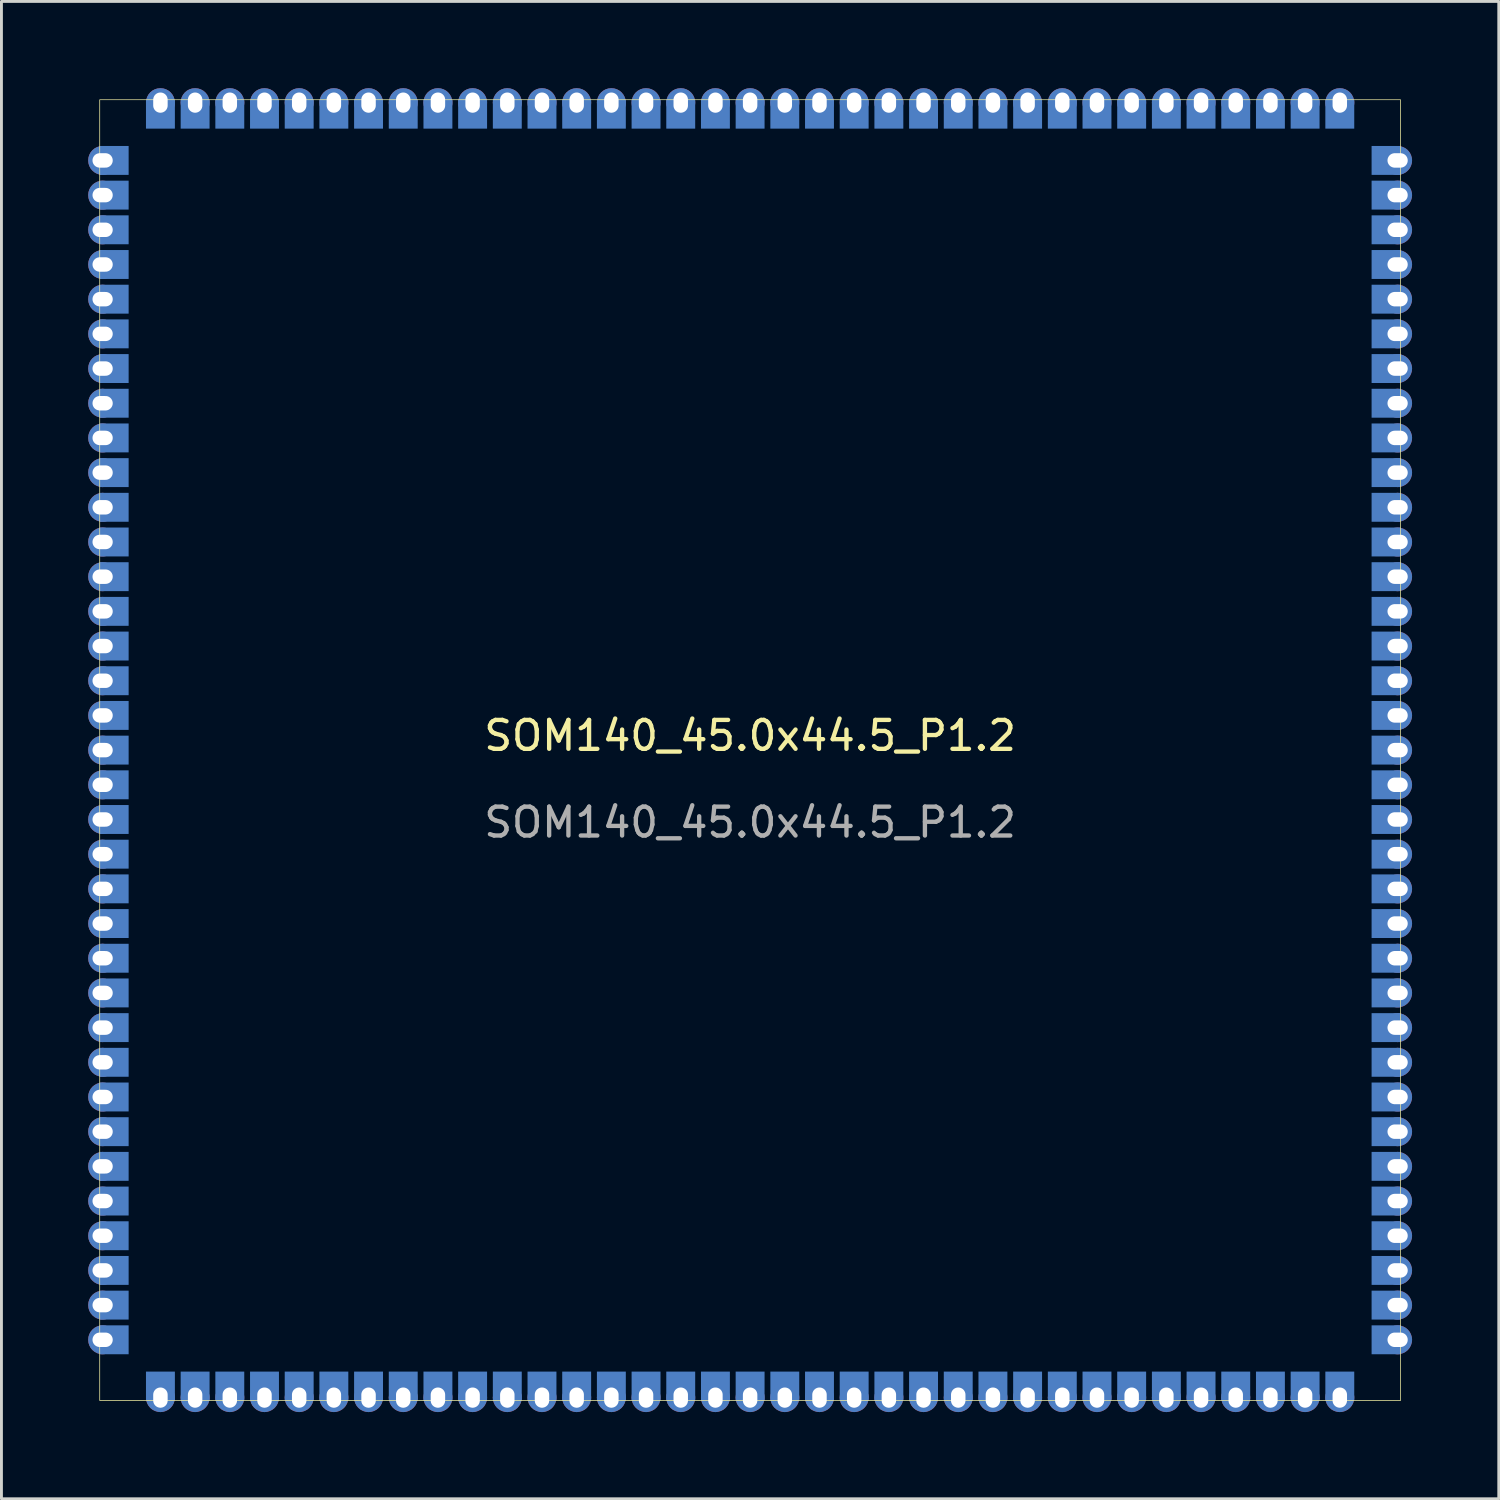
<source format=kicad_pcb>
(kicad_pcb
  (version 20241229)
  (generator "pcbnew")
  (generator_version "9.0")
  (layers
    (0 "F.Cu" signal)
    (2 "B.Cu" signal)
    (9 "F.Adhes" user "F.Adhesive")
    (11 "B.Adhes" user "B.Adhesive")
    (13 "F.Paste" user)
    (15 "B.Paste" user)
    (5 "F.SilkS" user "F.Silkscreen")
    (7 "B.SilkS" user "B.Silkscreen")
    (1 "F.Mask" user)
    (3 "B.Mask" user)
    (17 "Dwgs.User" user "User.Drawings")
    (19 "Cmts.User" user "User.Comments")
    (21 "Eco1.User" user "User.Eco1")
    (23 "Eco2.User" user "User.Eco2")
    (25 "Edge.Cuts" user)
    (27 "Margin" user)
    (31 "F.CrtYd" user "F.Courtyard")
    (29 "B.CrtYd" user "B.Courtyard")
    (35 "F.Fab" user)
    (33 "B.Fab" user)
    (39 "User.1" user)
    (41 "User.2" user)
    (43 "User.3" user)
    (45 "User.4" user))
  (footprint "SOM140_45.0x44.5_P1.2"
    (layer "F.Cu")
    (at 22.9 22.9)
    (property "Reference" "SOM140_45.0x44.5_P1.2" (at 0 -0.5 0) (unlocked yes) (layer "F.SilkS") (effects (font (size 1 1) (thickness 0.15))))
    (attr smd)
    (fp_rect (start -22.5 -22.5) (end 22.5 22.5) (stroke (width 0.025) (type solid)) (fill no) (layer "F.SilkS"))
    (fp_text user "${REFERENCE}" (at 0 2.5 0) (unlocked yes) (layer "F.Fab") (effects (font (size 1 1) (thickness 0.15))))
    (pad "1" thru_hole circle (at -22.4 -20.4) (size 1 1) (drill oval 0.7 0.5) (layers "*.Cu" "*.Mask"))
    (pad "1" smd rect (at -22 -20.4) (size 1 1) (layers "B.Cu" "B.Mask"))
    (pad "2" thru_hole circle (at -22.4 -19.2) (size 1 1) (drill oval 0.7 0.5) (layers "*.Cu" "*.Mask"))
    (pad "2" smd rect (at -22 -19.2) (size 1 1) (layers "B.Cu" "B.Mask"))
    (pad "3" thru_hole circle (at -22.4 -18) (size 1 1) (drill oval 0.7 0.5) (layers "*.Cu" "*.Mask"))
    (pad "3" smd rect (at -22 -18) (size 1 1) (layers "B.Cu" "B.Mask"))
    (pad "4" thru_hole circle (at -22.4 -16.8) (size 1 1) (drill oval 0.7 0.5) (layers "*.Cu" "*.Mask"))
    (pad "4" smd rect (at -22 -16.8) (size 1 1) (layers "B.Cu" "B.Mask"))
    (pad "5" thru_hole circle (at -22.4 -15.6) (size 1 1) (drill oval 0.7 0.5) (layers "*.Cu" "*.Mask"))
    (pad "5" smd rect (at -22 -15.6) (size 1 1) (layers "B.Cu" "B.Mask"))
    (pad "6" thru_hole circle (at -22.4 -14.4) (size 1 1) (drill oval 0.7 0.5) (layers "*.Cu" "*.Mask"))
    (pad "6" smd rect (at -22 -14.4) (size 1 1) (layers "B.Cu" "B.Mask"))
    (pad "7" thru_hole circle (at -22.4 -13.2) (size 1 1) (drill oval 0.7 0.5) (layers "*.Cu" "*.Mask"))
    (pad "7" smd rect (at -22 -13.2) (size 1 1) (layers "B.Cu" "B.Mask"))
    (pad "8" thru_hole circle (at -22.4 -12) (size 1 1) (drill oval 0.7 0.5) (layers "*.Cu" "*.Mask"))
    (pad "8" smd rect (at -22 -12) (size 1 1) (layers "B.Cu" "B.Mask"))
    (pad "9" thru_hole circle (at -22.4 -10.8) (size 1 1) (drill oval 0.7 0.5) (layers "*.Cu" "*.Mask"))
    (pad "9" smd rect (at -22 -10.8) (size 1 1) (layers "B.Cu" "B.Mask"))
    (pad "10" thru_hole circle (at -22.4 -9.6) (size 1 1) (drill oval 0.7 0.5) (layers "*.Cu" "*.Mask"))
    (pad "10" smd rect (at -22 -9.6) (size 1 1) (layers "B.Cu" "B.Mask"))
    (pad "11" thru_hole circle (at -22.4 -8.4) (size 1 1) (drill oval 0.7 0.5) (layers "*.Cu" "*.Mask"))
    (pad "11" smd rect (at -22 -8.4) (size 1 1) (layers "B.Cu" "B.Mask"))
    (pad "12" thru_hole circle (at -22.4 -7.2) (size 1 1) (drill oval 0.7 0.5) (layers "*.Cu" "*.Mask"))
    (pad "12" smd rect (at -22 -7.2) (size 1 1) (layers "B.Cu" "B.Mask"))
    (pad "13" thru_hole circle (at -22.4 -6) (size 1 1) (drill oval 0.7 0.5) (layers "*.Cu" "*.Mask"))
    (pad "13" smd rect (at -22 -6) (size 1 1) (layers "B.Cu" "B.Mask"))
    (pad "14" thru_hole circle (at -22.4 -4.8) (size 1 1) (drill oval 0.7 0.5) (layers "*.Cu" "*.Mask"))
    (pad "14" smd rect (at -22 -4.8) (size 1 1) (layers "B.Cu" "B.Mask"))
    (pad "15" thru_hole circle (at -22.4 -3.6) (size 1 1) (drill oval 0.7 0.5) (layers "*.Cu" "*.Mask"))
    (pad "15" smd rect (at -22 -3.6) (size 1 1) (layers "B.Cu" "B.Mask"))
    (pad "16" thru_hole circle (at -22.4 -2.4) (size 1 1) (drill oval 0.7 0.5) (layers "*.Cu" "*.Mask"))
    (pad "16" smd rect (at -22 -2.4) (size 1 1) (layers "B.Cu" "B.Mask"))
    (pad "17" thru_hole circle (at -22.4 -1.2) (size 1 1) (drill oval 0.7 0.5) (layers "*.Cu" "*.Mask"))
    (pad "17" smd rect (at -22 -1.2) (size 1 1) (layers "B.Cu" "B.Mask"))
    (pad "18" thru_hole circle (at -22.4 0) (size 1 1) (drill oval 0.7 0.5) (layers "*.Cu" "*.Mask"))
    (pad "18" smd rect (at -22 0) (size 1 1) (layers "B.Cu" "B.Mask"))
    (pad "19" thru_hole circle (at -22.4 1.2) (size 1 1) (drill oval 0.7 0.5) (layers "*.Cu" "*.Mask"))
    (pad "19" smd rect (at -22 1.2) (size 1 1) (layers "B.Cu" "B.Mask"))
    (pad "20" thru_hole circle (at -22.4 2.4) (size 1 1) (drill oval 0.7 0.5) (layers "*.Cu" "*.Mask"))
    (pad "20" smd rect (at -22 2.4) (size 1 1) (layers "B.Cu" "B.Mask"))
    (pad "21" thru_hole circle (at -22.4 3.6) (size 1 1) (drill oval 0.7 0.5) (layers "*.Cu" "*.Mask"))
    (pad "21" smd rect (at -22 3.6) (size 1 1) (layers "B.Cu" "B.Mask"))
    (pad "22" thru_hole circle (at -22.4 4.8) (size 1 1) (drill oval 0.7 0.5) (layers "*.Cu" "*.Mask"))
    (pad "22" smd rect (at -22 4.8) (size 1 1) (layers "B.Cu" "B.Mask"))
    (pad "23" thru_hole circle (at -22.4 6) (size 1 1) (drill oval 0.7 0.5) (layers "*.Cu" "*.Mask"))
    (pad "23" smd rect (at -22 6) (size 1 1) (layers "B.Cu" "B.Mask"))
    (pad "24" thru_hole circle (at -22.4 7.2) (size 1 1) (drill oval 0.7 0.5) (layers "*.Cu" "*.Mask"))
    (pad "24" smd rect (at -22 7.2) (size 1 1) (layers "B.Cu" "B.Mask"))
    (pad "25" thru_hole circle (at -22.4 8.4) (size 1 1) (drill oval 0.7 0.5) (layers "*.Cu" "*.Mask"))
    (pad "25" smd rect (at -22 8.4) (size 1 1) (layers "B.Cu" "B.Mask"))
    (pad "26" thru_hole circle (at -22.4 9.6) (size 1 1) (drill oval 0.7 0.5) (layers "*.Cu" "*.Mask"))
    (pad "26" smd rect (at -22 9.6) (size 1 1) (layers "B.Cu" "B.Mask"))
    (pad "27" thru_hole circle (at -22.4 10.8) (size 1 1) (drill oval 0.7 0.5) (layers "*.Cu" "*.Mask"))
    (pad "27" smd rect (at -22 10.8) (size 1 1) (layers "B.Cu" "B.Mask"))
    (pad "28" thru_hole circle (at -22.4 12) (size 1 1) (drill oval 0.7 0.5) (layers "*.Cu" "*.Mask"))
    (pad "28" smd rect (at -22 12) (size 1 1) (layers "B.Cu" "B.Mask"))
    (pad "29" thru_hole circle (at -22.4 13.2) (size 1 1) (drill oval 0.7 0.5) (layers "*.Cu" "*.Mask"))
    (pad "29" smd rect (at -22 13.2) (size 1 1) (layers "B.Cu" "B.Mask"))
    (pad "30" thru_hole circle (at -22.4 14.4) (size 1 1) (drill oval 0.7 0.5) (layers "*.Cu" "*.Mask"))
    (pad "30" smd rect (at -22 14.4) (size 1 1) (layers "B.Cu" "B.Mask"))
    (pad "31" thru_hole circle (at -22.4 15.6) (size 1 1) (drill oval 0.7 0.5) (layers "*.Cu" "*.Mask"))
    (pad "31" smd rect (at -22 15.6) (size 1 1) (layers "B.Cu" "B.Mask"))
    (pad "32" thru_hole circle (at -22.4 16.8) (size 1 1) (drill oval 0.7 0.5) (layers "*.Cu" "*.Mask"))
    (pad "32" smd rect (at -22 16.8) (size 1 1) (layers "B.Cu" "B.Mask"))
    (pad "33" thru_hole circle (at -22.4 18) (size 1 1) (drill oval 0.7 0.5) (layers "*.Cu" "*.Mask"))
    (pad "33" smd rect (at -22 18) (size 1 1) (layers "B.Cu" "B.Mask"))
    (pad "34" thru_hole circle (at -22.4 19.2) (size 1 1) (drill oval 0.7 0.5) (layers "*.Cu" "*.Mask"))
    (pad "34" smd rect (at -22 19.2) (size 1 1) (layers "B.Cu" "B.Mask"))
    (pad "35" thru_hole circle (at -22.4 20.4) (size 1 1) (drill oval 0.7 0.5) (layers "*.Cu" "*.Mask"))
    (pad "35" smd rect (at -22 20.4) (size 1 1) (layers "B.Cu" "B.Mask"))
    (pad "36" smd rect (at -20.4 22) (size 1 1) (layers "B.Cu" "B.Mask"))
    (pad "36" thru_hole circle (at -20.4 22.4 90) (size 1 1) (drill oval 0.7 0.5) (layers "*.Cu" "*.Mask"))
    (pad "37" smd rect (at -19.2 22) (size 1 1) (layers "B.Cu" "B.Mask"))
    (pad "37" thru_hole circle (at -19.2 22.4 90) (size 1 1) (drill oval 0.7 0.5) (layers "*.Cu" "*.Mask"))
    (pad "38" smd rect (at -18 22) (size 1 1) (layers "B.Cu" "B.Mask"))
    (pad "38" thru_hole circle (at -18 22.4 90) (size 1 1) (drill oval 0.7 0.5) (layers "*.Cu" "*.Mask"))
    (pad "39" smd rect (at -16.8 22) (size 1 1) (layers "B.Cu" "B.Mask"))
    (pad "39" thru_hole circle (at -16.8 22.4 90) (size 1 1) (drill oval 0.7 0.5) (layers "*.Cu" "*.Mask"))
    (pad "40" smd rect (at -15.6 22) (size 1 1) (layers "B.Cu" "B.Mask"))
    (pad "40" thru_hole circle (at -15.6 22.4 90) (size 1 1) (drill oval 0.7 0.5) (layers "*.Cu" "*.Mask"))
    (pad "41" smd rect (at -14.4 22) (size 1 1) (layers "B.Cu" "B.Mask"))
    (pad "41" thru_hole circle (at -14.4 22.4 90) (size 1 1) (drill oval 0.7 0.5) (layers "*.Cu" "*.Mask"))
    (pad "42" smd rect (at -13.2 22) (size 1 1) (layers "B.Cu" "B.Mask"))
    (pad "42" thru_hole circle (at -13.2 22.4 90) (size 1 1) (drill oval 0.7 0.5) (layers "*.Cu" "*.Mask"))
    (pad "43" smd rect (at -12 22) (size 1 1) (layers "B.Cu" "B.Mask"))
    (pad "43" thru_hole circle (at -12 22.4 90) (size 1 1) (drill oval 0.7 0.5) (layers "*.Cu" "*.Mask"))
    (pad "44" smd rect (at -10.8 22) (size 1 1) (layers "B.Cu" "B.Mask"))
    (pad "44" thru_hole circle (at -10.8 22.4 90) (size 1 1) (drill oval 0.7 0.5) (layers "*.Cu" "*.Mask"))
    (pad "45" smd rect (at -9.6 22) (size 1 1) (layers "B.Cu" "B.Mask"))
    (pad "45" thru_hole circle (at -9.6 22.4 90) (size 1 1) (drill oval 0.7 0.5) (layers "*.Cu" "*.Mask"))
    (pad "46" smd rect (at -8.4 22) (size 1 1) (layers "B.Cu" "B.Mask"))
    (pad "46" thru_hole circle (at -8.4 22.4 90) (size 1 1) (drill oval 0.7 0.5) (layers "*.Cu" "*.Mask"))
    (pad "47" smd rect (at -7.2 22) (size 1 1) (layers "B.Cu" "B.Mask"))
    (pad "47" thru_hole circle (at -7.2 22.4 90) (size 1 1) (drill oval 0.7 0.5) (layers "*.Cu" "*.Mask"))
    (pad "48" smd rect (at -6 22) (size 1 1) (layers "B.Cu" "B.Mask"))
    (pad "48" thru_hole circle (at -6 22.4 90) (size 1 1) (drill oval 0.7 0.5) (layers "*.Cu" "*.Mask"))
    (pad "49" smd rect (at -4.8 22) (size 1 1) (layers "B.Cu" "B.Mask"))
    (pad "49" thru_hole circle (at -4.8 22.4 90) (size 1 1) (drill oval 0.7 0.5) (layers "*.Cu" "*.Mask"))
    (pad "50" smd rect (at -3.6 22) (size 1 1) (layers "B.Cu" "B.Mask"))
    (pad "50" thru_hole circle (at -3.6 22.4 90) (size 1 1) (drill oval 0.7 0.5) (layers "*.Cu" "*.Mask"))
    (pad "51" smd rect (at -2.4 22) (size 1 1) (layers "B.Cu" "B.Mask"))
    (pad "51" thru_hole circle (at -2.4 22.4 90) (size 1 1) (drill oval 0.7 0.5) (layers "*.Cu" "*.Mask"))
    (pad "52" smd rect (at -1.2 22) (size 1 1) (layers "B.Cu" "B.Mask"))
    (pad "52" thru_hole circle (at -1.2 22.4 90) (size 1 1) (drill oval 0.7 0.5) (layers "*.Cu" "*.Mask"))
    (pad "53" smd rect (at 0 22) (size 1 1) (layers "B.Cu" "B.Mask"))
    (pad "53" thru_hole circle (at 0 22.4 90) (size 1 1) (drill oval 0.7 0.5) (layers "*.Cu" "*.Mask"))
    (pad "54" smd rect (at 1.2 22) (size 1 1) (layers "B.Cu" "B.Mask"))
    (pad "54" thru_hole circle (at 1.2 22.4 90) (size 1 1) (drill oval 0.7 0.5) (layers "*.Cu" "*.Mask"))
    (pad "55" smd rect (at 2.4 22) (size 1 1) (layers "B.Cu" "B.Mask"))
    (pad "55" thru_hole circle (at 2.4 22.4 90) (size 1 1) (drill oval 0.7 0.5) (layers "*.Cu" "*.Mask"))
    (pad "56" smd rect (at 3.6 22) (size 1 1) (layers "B.Cu" "B.Mask"))
    (pad "56" thru_hole circle (at 3.6 22.4 90) (size 1 1) (drill oval 0.7 0.5) (layers "*.Cu" "*.Mask"))
    (pad "57" smd rect (at 4.8 22) (size 1 1) (layers "B.Cu" "B.Mask"))
    (pad "57" thru_hole circle (at 4.8 22.4 90) (size 1 1) (drill oval 0.7 0.5) (layers "*.Cu" "*.Mask"))
    (pad "58" smd rect (at 6 22) (size 1 1) (layers "B.Cu" "B.Mask"))
    (pad "58" thru_hole circle (at 6 22.4 90) (size 1 1) (drill oval 0.7 0.5) (layers "*.Cu" "*.Mask"))
    (pad "59" smd rect (at 7.2 22) (size 1 1) (layers "B.Cu" "B.Mask"))
    (pad "59" thru_hole circle (at 7.2 22.4 90) (size 1 1) (drill oval 0.7 0.5) (layers "*.Cu" "*.Mask"))
    (pad "60" smd rect (at 8.4 22) (size 1 1) (layers "B.Cu" "B.Mask"))
    (pad "60" thru_hole circle (at 8.4 22.4 90) (size 1 1) (drill oval 0.7 0.5) (layers "*.Cu" "*.Mask"))
    (pad "61" smd rect (at 9.6 22) (size 1 1) (layers "B.Cu" "B.Mask"))
    (pad "61" thru_hole circle (at 9.6 22.4 90) (size 1 1) (drill oval 0.7 0.5) (layers "*.Cu" "*.Mask"))
    (pad "62" smd rect (at 10.8 22) (size 1 1) (layers "B.Cu" "B.Mask"))
    (pad "62" thru_hole circle (at 10.8 22.4 90) (size 1 1) (drill oval 0.7 0.5) (layers "*.Cu" "*.Mask"))
    (pad "63" smd rect (at 12 22) (size 1 1) (layers "B.Cu" "B.Mask"))
    (pad "63" thru_hole circle (at 12 22.4 90) (size 1 1) (drill oval 0.7 0.5) (layers "*.Cu" "*.Mask"))
    (pad "64" smd rect (at 13.2 22) (size 1 1) (layers "B.Cu" "B.Mask"))
    (pad "64" thru_hole circle (at 13.2 22.4 90) (size 1 1) (drill oval 0.7 0.5) (layers "*.Cu" "*.Mask"))
    (pad "65" smd rect (at 14.4 22) (size 1 1) (layers "B.Cu" "B.Mask"))
    (pad "65" thru_hole circle (at 14.4 22.4 90) (size 1 1) (drill oval 0.7 0.5) (layers "*.Cu" "*.Mask"))
    (pad "66" smd rect (at 15.6 22) (size 1 1) (layers "B.Cu" "B.Mask"))
    (pad "66" thru_hole circle (at 15.6 22.4 90) (size 1 1) (drill oval 0.7 0.5) (layers "*.Cu" "*.Mask"))
    (pad "67" smd rect (at 16.8 22) (size 1 1) (layers "B.Cu" "B.Mask"))
    (pad "67" thru_hole circle (at 16.8 22.4 90) (size 1 1) (drill oval 0.7 0.5) (layers "*.Cu" "*.Mask"))
    (pad "68" smd rect (at 18 22) (size 1 1) (layers "B.Cu" "B.Mask"))
    (pad "68" thru_hole circle (at 18 22.4 90) (size 1 1) (drill oval 0.7 0.5) (layers "*.Cu" "*.Mask"))
    (pad "69" smd rect (at 19.2 22) (size 1 1) (layers "B.Cu" "B.Mask"))
    (pad "69" thru_hole circle (at 19.2 22.4 90) (size 1 1) (drill oval 0.7 0.5) (layers "*.Cu" "*.Mask"))
    (pad "70" smd rect (at 20.4 22) (size 1 1) (layers "B.Cu" "B.Mask"))
    (pad "70" thru_hole circle (at 20.4 22.4 90) (size 1 1) (drill oval 0.7 0.5) (layers "*.Cu" "*.Mask"))
    (pad "71" smd rect (at 22 20.4) (size 1 1) (layers "B.Cu" "B.Mask"))
    (pad "71" thru_hole circle (at 22.4 20.4) (size 1 1) (drill oval 0.7 0.5) (layers "*.Cu" "*.Mask"))
    (pad "72" smd rect (at 22 19.2) (size 1 1) (layers "B.Cu" "B.Mask"))
    (pad "72" thru_hole circle (at 22.4 19.2) (size 1 1) (drill oval 0.7 0.5) (layers "*.Cu" "*.Mask"))
    (pad "73" smd rect (at 22 18) (size 1 1) (layers "B.Cu" "B.Mask"))
    (pad "73" thru_hole circle (at 22.4 18) (size 1 1) (drill oval 0.7 0.5) (layers "*.Cu" "*.Mask"))
    (pad "74" smd rect (at 22 16.8) (size 1 1) (layers "B.Cu" "B.Mask"))
    (pad "74" thru_hole circle (at 22.4 16.8) (size 1 1) (drill oval 0.7 0.5) (layers "*.Cu" "*.Mask"))
    (pad "75" smd rect (at 22 15.6) (size 1 1) (layers "B.Cu" "B.Mask"))
    (pad "75" thru_hole circle (at 22.4 15.6) (size 1 1) (drill oval 0.7 0.5) (layers "*.Cu" "*.Mask"))
    (pad "76" smd rect (at 22 14.4) (size 1 1) (layers "B.Cu" "B.Mask"))
    (pad "76" thru_hole circle (at 22.4 14.4) (size 1 1) (drill oval 0.7 0.5) (layers "*.Cu" "*.Mask"))
    (pad "77" smd rect (at 22 13.2) (size 1 1) (layers "B.Cu" "B.Mask"))
    (pad "77" thru_hole circle (at 22.4 13.2) (size 1 1) (drill oval 0.7 0.5) (layers "*.Cu" "*.Mask"))
    (pad "78" smd rect (at 22 12) (size 1 1) (layers "B.Cu" "B.Mask"))
    (pad "78" thru_hole circle (at 22.4 12) (size 1 1) (drill oval 0.7 0.5) (layers "*.Cu" "*.Mask"))
    (pad "79" smd rect (at 22 10.8) (size 1 1) (layers "B.Cu" "B.Mask"))
    (pad "79" thru_hole circle (at 22.4 10.8) (size 1 1) (drill oval 0.7 0.5) (layers "*.Cu" "*.Mask"))
    (pad "80" smd rect (at 22 9.6) (size 1 1) (layers "B.Cu" "B.Mask"))
    (pad "80" thru_hole circle (at 22.4 9.6) (size 1 1) (drill oval 0.7 0.5) (layers "*.Cu" "*.Mask"))
    (pad "81" smd rect (at 22 8.4) (size 1 1) (layers "B.Cu" "B.Mask"))
    (pad "81" thru_hole circle (at 22.4 8.4) (size 1 1) (drill oval 0.7 0.5) (layers "*.Cu" "*.Mask"))
    (pad "82" smd rect (at 22 7.2) (size 1 1) (layers "B.Cu" "B.Mask"))
    (pad "82" thru_hole circle (at 22.4 7.2) (size 1 1) (drill oval 0.7 0.5) (layers "*.Cu" "*.Mask"))
    (pad "83" smd rect (at 22 6) (size 1 1) (layers "B.Cu" "B.Mask"))
    (pad "83" thru_hole circle (at 22.4 6) (size 1 1) (drill oval 0.7 0.5) (layers "*.Cu" "*.Mask"))
    (pad "84" smd rect (at 22 4.8) (size 1 1) (layers "B.Cu" "B.Mask"))
    (pad "84" thru_hole circle (at 22.4 4.8) (size 1 1) (drill oval 0.7 0.5) (layers "*.Cu" "*.Mask"))
    (pad "85" smd rect (at 22 3.6) (size 1 1) (layers "B.Cu" "B.Mask"))
    (pad "85" thru_hole circle (at 22.4 3.6) (size 1 1) (drill oval 0.7 0.5) (layers "*.Cu" "*.Mask"))
    (pad "86" smd rect (at 22 2.4) (size 1 1) (layers "B.Cu" "B.Mask"))
    (pad "86" thru_hole circle (at 22.4 2.4) (size 1 1) (drill oval 0.7 0.5) (layers "*.Cu" "*.Mask"))
    (pad "87" smd rect (at 22 1.2) (size 1 1) (layers "B.Cu" "B.Mask"))
    (pad "87" thru_hole circle (at 22.4 1.2) (size 1 1) (drill oval 0.7 0.5) (layers "*.Cu" "*.Mask"))
    (pad "88" smd rect (at 22 0) (size 1 1) (layers "B.Cu" "B.Mask"))
    (pad "88" thru_hole circle (at 22.4 0) (size 1 1) (drill oval 0.7 0.5) (layers "*.Cu" "*.Mask"))
    (pad "89" smd rect (at 22 -1.2) (size 1 1) (layers "B.Cu" "B.Mask"))
    (pad "89" thru_hole circle (at 22.4 -1.2) (size 1 1) (drill oval 0.7 0.5) (layers "*.Cu" "*.Mask"))
    (pad "90" smd rect (at 22 -2.4) (size 1 1) (layers "B.Cu" "B.Mask"))
    (pad "90" thru_hole circle (at 22.4 -2.4) (size 1 1) (drill oval 0.7 0.5) (layers "*.Cu" "*.Mask"))
    (pad "91" smd rect (at 22 -3.6) (size 1 1) (layers "B.Cu" "B.Mask"))
    (pad "91" thru_hole circle (at 22.4 -3.6) (size 1 1) (drill oval 0.7 0.5) (layers "*.Cu" "*.Mask"))
    (pad "92" smd rect (at 22 -4.8) (size 1 1) (layers "B.Cu" "B.Mask"))
    (pad "92" thru_hole circle (at 22.4 -4.8) (size 1 1) (drill oval 0.7 0.5) (layers "*.Cu" "*.Mask"))
    (pad "93" smd rect (at 22 -6) (size 1 1) (layers "B.Cu" "B.Mask"))
    (pad "93" thru_hole circle (at 22.4 -6) (size 1 1) (drill oval 0.7 0.5) (layers "*.Cu" "*.Mask"))
    (pad "94" smd rect (at 22 -7.2) (size 1 1) (layers "B.Cu" "B.Mask"))
    (pad "94" thru_hole circle (at 22.4 -7.2) (size 1 1) (drill oval 0.7 0.5) (layers "*.Cu" "*.Mask"))
    (pad "95" smd rect (at 22 -8.4) (size 1 1) (layers "B.Cu" "B.Mask"))
    (pad "95" thru_hole circle (at 22.4 -8.4) (size 1 1) (drill oval 0.7 0.5) (layers "*.Cu" "*.Mask"))
    (pad "96" smd rect (at 22 -9.6) (size 1 1) (layers "B.Cu" "B.Mask"))
    (pad "96" thru_hole circle (at 22.4 -9.6) (size 1 1) (drill oval 0.7 0.5) (layers "*.Cu" "*.Mask"))
    (pad "97" smd rect (at 22 -10.8) (size 1 1) (layers "B.Cu" "B.Mask"))
    (pad "97" thru_hole circle (at 22.4 -10.8) (size 1 1) (drill oval 0.7 0.5) (layers "*.Cu" "*.Mask"))
    (pad "98" smd rect (at 22 -12) (size 1 1) (layers "B.Cu" "B.Mask"))
    (pad "98" thru_hole circle (at 22.4 -12) (size 1 1) (drill oval 0.7 0.5) (layers "*.Cu" "*.Mask"))
    (pad "99" smd rect (at 22 -13.2) (size 1 1) (layers "B.Cu" "B.Mask"))
    (pad "99" thru_hole circle (at 22.4 -13.2) (size 1 1) (drill oval 0.7 0.5) (layers "*.Cu" "*.Mask"))
    (pad "100" smd rect (at 22 -14.4) (size 1 1) (layers "B.Cu" "B.Mask"))
    (pad "100" thru_hole circle (at 22.4 -14.4) (size 1 1) (drill oval 0.7 0.5) (layers "*.Cu" "*.Mask"))
    (pad "101" smd rect (at 22 -15.6) (size 1 1) (layers "B.Cu" "B.Mask"))
    (pad "101" thru_hole circle (at 22.4 -15.6) (size 1 1) (drill oval 0.7 0.5) (layers "*.Cu" "*.Mask"))
    (pad "102" smd rect (at 22 -16.8) (size 1 1) (layers "B.Cu" "B.Mask"))
    (pad "102" thru_hole circle (at 22.4 -16.8) (size 1 1) (drill oval 0.7 0.5) (layers "*.Cu" "*.Mask"))
    (pad "103" smd rect (at 22 -18) (size 1 1) (layers "B.Cu" "B.Mask"))
    (pad "103" thru_hole circle (at 22.4 -18) (size 1 1) (drill oval 0.7 0.5) (layers "*.Cu" "*.Mask"))
    (pad "104" smd rect (at 22 -19.2) (size 1 1) (layers "B.Cu" "B.Mask"))
    (pad "104" thru_hole circle (at 22.4 -19.2) (size 1 1) (drill oval 0.7 0.5) (layers "*.Cu" "*.Mask"))
    (pad "105" smd rect (at 22 -20.4) (size 1 1) (layers "B.Cu" "B.Mask"))
    (pad "105" thru_hole circle (at 22.4 -20.4) (size 1 1) (drill oval 0.7 0.5) (layers "*.Cu" "*.Mask"))
    (pad "106" thru_hole circle (at 20.4 -22.4 90) (size 1 1) (drill oval 0.7 0.5) (layers "*.Cu" "*.Mask"))
    (pad "106" smd rect (at 20.4 -22) (size 1 1) (layers "B.Cu" "B.Mask"))
    (pad "107" thru_hole circle (at 19.2 -22.4 90) (size 1 1) (drill oval 0.7 0.5) (layers "*.Cu" "*.Mask"))
    (pad "107" smd rect (at 19.2 -22) (size 1 1) (layers "B.Cu" "B.Mask"))
    (pad "108" thru_hole circle (at 18 -22.4 90) (size 1 1) (drill oval 0.7 0.5) (layers "*.Cu" "*.Mask"))
    (pad "108" smd rect (at 18 -22) (size 1 1) (layers "B.Cu" "B.Mask"))
    (pad "109" thru_hole circle (at 16.8 -22.4 90) (size 1 1) (drill oval 0.7 0.5) (layers "*.Cu" "*.Mask"))
    (pad "109" smd rect (at 16.8 -22) (size 1 1) (layers "B.Cu" "B.Mask"))
    (pad "110" thru_hole circle (at 15.6 -22.4 90) (size 1 1) (drill oval 0.7 0.5) (layers "*.Cu" "*.Mask"))
    (pad "110" smd rect (at 15.6 -22) (size 1 1) (layers "B.Cu" "B.Mask"))
    (pad "111" thru_hole circle (at 14.4 -22.4 90) (size 1 1) (drill oval 0.7 0.5) (layers "*.Cu" "*.Mask"))
    (pad "111" smd rect (at 14.4 -22) (size 1 1) (layers "B.Cu" "B.Mask"))
    (pad "112" thru_hole circle (at 13.2 -22.4 90) (size 1 1) (drill oval 0.7 0.5) (layers "*.Cu" "*.Mask"))
    (pad "112" smd rect (at 13.2 -22) (size 1 1) (layers "B.Cu" "B.Mask"))
    (pad "113" thru_hole circle (at 12 -22.4 90) (size 1 1) (drill oval 0.7 0.5) (layers "*.Cu" "*.Mask"))
    (pad "113" smd rect (at 12 -22) (size 1 1) (layers "B.Cu" "B.Mask"))
    (pad "114" thru_hole circle (at 10.8 -22.4 90) (size 1 1) (drill oval 0.7 0.5) (layers "*.Cu" "*.Mask"))
    (pad "114" smd rect (at 10.8 -22) (size 1 1) (layers "B.Cu" "B.Mask"))
    (pad "115" thru_hole circle (at 9.6 -22.4 90) (size 1 1) (drill oval 0.7 0.5) (layers "*.Cu" "*.Mask"))
    (pad "115" smd rect (at 9.6 -22) (size 1 1) (layers "B.Cu" "B.Mask"))
    (pad "116" thru_hole circle (at 8.4 -22.4 90) (size 1 1) (drill oval 0.7 0.5) (layers "*.Cu" "*.Mask"))
    (pad "116" smd rect (at 8.4 -22) (size 1 1) (layers "B.Cu" "B.Mask"))
    (pad "117" thru_hole circle (at 7.2 -22.4 90) (size 1 1) (drill oval 0.7 0.5) (layers "*.Cu" "*.Mask"))
    (pad "117" smd rect (at 7.2 -22) (size 1 1) (layers "B.Cu" "B.Mask"))
    (pad "118" thru_hole circle (at 6 -22.4 90) (size 1 1) (drill oval 0.7 0.5) (layers "*.Cu" "*.Mask"))
    (pad "118" smd rect (at 6 -22) (size 1 1) (layers "B.Cu" "B.Mask"))
    (pad "119" thru_hole circle (at 4.8 -22.4 90) (size 1 1) (drill oval 0.7 0.5) (layers "*.Cu" "*.Mask"))
    (pad "119" smd rect (at 4.8 -22) (size 1 1) (layers "B.Cu" "B.Mask"))
    (pad "120" thru_hole circle (at 3.6 -22.4 90) (size 1 1) (drill oval 0.7 0.5) (layers "*.Cu" "*.Mask"))
    (pad "120" smd rect (at 3.6 -22) (size 1 1) (layers "B.Cu" "B.Mask"))
    (pad "121" thru_hole circle (at 2.4 -22.4 90) (size 1 1) (drill oval 0.7 0.5) (layers "*.Cu" "*.Mask"))
    (pad "121" smd rect (at 2.4 -22) (size 1 1) (layers "B.Cu" "B.Mask"))
    (pad "122" thru_hole circle (at 1.2 -22.4 90) (size 1 1) (drill oval 0.7 0.5) (layers "*.Cu" "*.Mask"))
    (pad "122" smd rect (at 1.2 -22) (size 1 1) (layers "B.Cu" "B.Mask"))
    (pad "123" thru_hole circle (at 0 -22.4 90) (size 1 1) (drill oval 0.7 0.5) (layers "*.Cu" "*.Mask"))
    (pad "123" smd rect (at 0 -22) (size 1 1) (layers "B.Cu" "B.Mask"))
    (pad "124" thru_hole circle (at -1.2 -22.4 90) (size 1 1) (drill oval 0.7 0.5) (layers "*.Cu" "*.Mask"))
    (pad "124" smd rect (at -1.2 -22) (size 1 1) (layers "B.Cu" "B.Mask"))
    (pad "125" thru_hole circle (at -2.4 -22.4 90) (size 1 1) (drill oval 0.7 0.5) (layers "*.Cu" "*.Mask"))
    (pad "125" smd rect (at -2.4 -22) (size 1 1) (layers "B.Cu" "B.Mask"))
    (pad "126" thru_hole circle (at -3.6 -22.4 90) (size 1 1) (drill oval 0.7 0.5) (layers "*.Cu" "*.Mask"))
    (pad "126" smd rect (at -3.6 -22) (size 1 1) (layers "B.Cu" "B.Mask"))
    (pad "127" thru_hole circle (at -4.8 -22.4 90) (size 1 1) (drill oval 0.7 0.5) (layers "*.Cu" "*.Mask"))
    (pad "127" smd rect (at -4.8 -22) (size 1 1) (layers "B.Cu" "B.Mask"))
    (pad "128" thru_hole circle (at -6 -22.4 90) (size 1 1) (drill oval 0.7 0.5) (layers "*.Cu" "*.Mask"))
    (pad "128" smd rect (at -6 -22) (size 1 1) (layers "B.Cu" "B.Mask"))
    (pad "129" thru_hole circle (at -7.2 -22.4 90) (size 1 1) (drill oval 0.7 0.5) (layers "*.Cu" "*.Mask"))
    (pad "129" smd rect (at -7.2 -22) (size 1 1) (layers "B.Cu" "B.Mask"))
    (pad "130" thru_hole circle (at -8.4 -22.4 90) (size 1 1) (drill oval 0.7 0.5) (layers "*.Cu" "*.Mask"))
    (pad "130" smd rect (at -8.4 -22) (size 1 1) (layers "B.Cu" "B.Mask"))
    (pad "131" thru_hole circle (at -9.6 -22.4 90) (size 1 1) (drill oval 0.7 0.5) (layers "*.Cu" "*.Mask"))
    (pad "131" smd rect (at -9.6 -22) (size 1 1) (layers "B.Cu" "B.Mask"))
    (pad "132" thru_hole circle (at -10.8 -22.4 90) (size 1 1) (drill oval 0.7 0.5) (layers "*.Cu" "*.Mask"))
    (pad "132" smd rect (at -10.8 -22) (size 1 1) (layers "B.Cu" "B.Mask"))
    (pad "133" thru_hole circle (at -12 -22.4 90) (size 1 1) (drill oval 0.7 0.5) (layers "*.Cu" "*.Mask"))
    (pad "133" smd rect (at -12 -22) (size 1 1) (layers "B.Cu" "B.Mask"))
    (pad "134" thru_hole circle (at -13.2 -22.4 90) (size 1 1) (drill oval 0.7 0.5) (layers "*.Cu" "*.Mask"))
    (pad "134" smd rect (at -13.2 -22) (size 1 1) (layers "B.Cu" "B.Mask"))
    (pad "135" thru_hole circle (at -14.4 -22.4 90) (size 1 1) (drill oval 0.7 0.5) (layers "*.Cu" "*.Mask"))
    (pad "135" smd rect (at -14.4 -22) (size 1 1) (layers "B.Cu" "B.Mask"))
    (pad "136" thru_hole circle (at -15.6 -22.4 90) (size 1 1) (drill oval 0.7 0.5) (layers "*.Cu" "*.Mask"))
    (pad "136" smd rect (at -15.6 -22) (size 1 1) (layers "B.Cu" "B.Mask"))
    (pad "137" thru_hole circle (at -16.8 -22.4 90) (size 1 1) (drill oval 0.7 0.5) (layers "*.Cu" "*.Mask"))
    (pad "137" smd rect (at -16.8 -22) (size 1 1) (layers "B.Cu" "B.Mask"))
    (pad "138" thru_hole circle (at -18 -22.4 90) (size 1 1) (drill oval 0.7 0.5) (layers "*.Cu" "*.Mask"))
    (pad "138" smd rect (at -18 -22) (size 1 1) (layers "B.Cu" "B.Mask"))
    (pad "139" thru_hole circle (at -19.2 -22.4 90) (size 1 1) (drill oval 0.7 0.5) (layers "*.Cu" "*.Mask"))
    (pad "139" smd rect (at -19.2 -22) (size 1 1) (layers "B.Cu" "B.Mask"))
    (pad "140" thru_hole circle (at -20.4 -22.4 90) (size 1 1) (drill oval 0.7 0.5) (layers "*.Cu" "*.Mask"))
    (pad "140" smd rect (at -20.4 -22) (size 1 1) (layers "B.Cu" "B.Mask")))
  (gr_rect
    (start -3 -3)
    (end 48.8 48.8)
    (stroke (width 0.1) (type default))
    (fill no)
    (layer "Edge.Cuts")))
</source>
